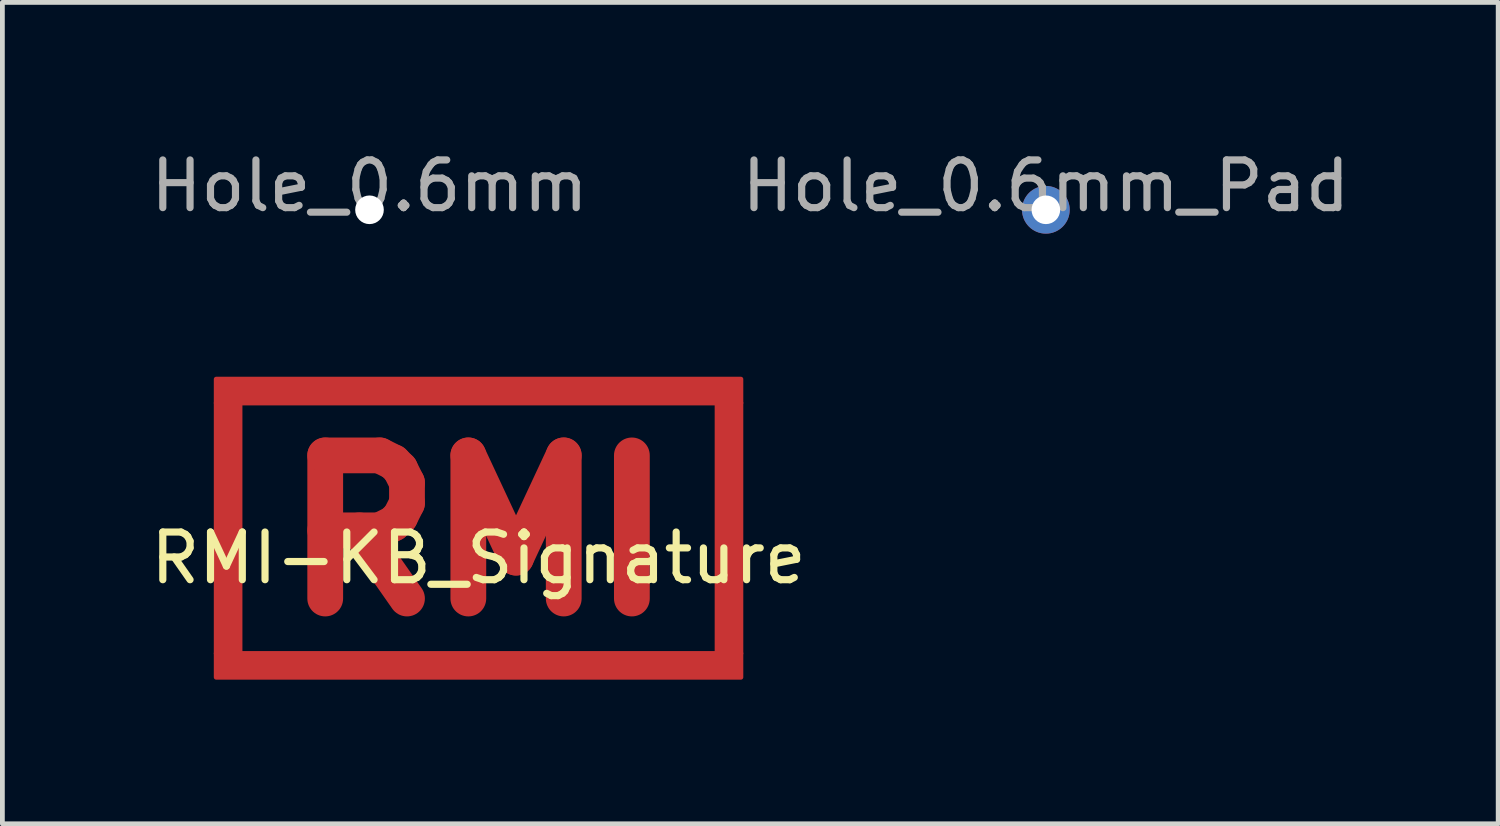
<source format=kicad_pcb>
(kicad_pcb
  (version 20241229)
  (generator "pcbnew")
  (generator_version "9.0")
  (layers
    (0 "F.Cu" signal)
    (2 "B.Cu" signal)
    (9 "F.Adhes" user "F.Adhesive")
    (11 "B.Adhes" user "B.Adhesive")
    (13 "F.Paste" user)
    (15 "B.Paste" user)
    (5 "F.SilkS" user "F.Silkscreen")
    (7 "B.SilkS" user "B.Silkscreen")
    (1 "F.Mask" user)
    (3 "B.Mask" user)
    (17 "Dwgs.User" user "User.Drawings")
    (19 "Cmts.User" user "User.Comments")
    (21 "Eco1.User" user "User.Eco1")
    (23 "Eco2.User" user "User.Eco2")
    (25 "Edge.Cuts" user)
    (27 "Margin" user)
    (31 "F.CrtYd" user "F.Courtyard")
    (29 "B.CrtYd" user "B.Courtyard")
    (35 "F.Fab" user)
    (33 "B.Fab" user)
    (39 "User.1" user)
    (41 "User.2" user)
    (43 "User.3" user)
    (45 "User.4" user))
  (footprint "Hole_0.6mm"
    (layer "F.Cu")
    (at 4.696 1.348)
    (property "Reference" "Hole_0.6mm" (at 0 -0.5 0) (unlocked yes) (layer "F.Fab") (effects (font (size 1 1) (thickness 0.15))))
    (attr through_hole exclude_from_pos_files exclude_from_bom dnp)
    (pad "" np_thru_hole circle (at 0 0) (size 0.6 0.6) (drill 0.6) (layers "*.Cu" "*.Mask")))
  (footprint "RMI-KB_Signature"
    (layer "F.Cu")
    (at 6.982 8.148)
    (property "Reference" "RMI-KB_Signature" (at 0 0.5 0) (layer "F.SilkS") (effects (font (size 1 1) (thickness 0.15))))
    (attr smd exclude_from_pos_files exclude_from_bom)
    (fp_poly (pts (xy -5 2.5) (xy -5.5 2.5) (xy -5.5 -2.75) (xy -5 -2.75)) (stroke (width 0.1) (type solid)) (fill yes) (layer "F.Cu"))
    (fp_poly (pts (xy 5.5 -2.75) (xy -5.5 -2.75) (xy -5.5 -3.25) (xy 5.5 -3.25)) (stroke (width 0.1) (type solid)) (fill yes) (layer "F.Cu"))
    (fp_poly (pts (xy 5.5 2.5) (xy 5 2.5) (xy 5 -2.75) (xy 5.5 -2.75)) (stroke (width 0.1) (type solid)) (fill yes) (layer "F.Cu"))
    (fp_poly (pts (xy 5.5 3) (xy -5.5 3) (xy -5.5 2.5) (xy 5.5 2.5)) (stroke (width 0.1) (type solid)) (fill yes) (layer "F.Cu"))
    (fp_poly (pts (xy 5.5 3) (xy -5.5 3) (xy -5.5 -3.25) (xy 5.5 -3.25)) (stroke (width 0.1) (type solid)) (fill yes) (layer "F.Mask"))
    (fp_text user "RMI" (at 0 0 0) (unlocked yes) (layer "F.Cu") (effects (font (size 3 3) (thickness 0.75)))))
  (footprint "Hole_0.6mm_Pad"
    (layer "F.Cu")
    (at 18.875 1.348)
    (property "Reference" "Hole_0.6mm_Pad" (at 0 -0.5 0) (unlocked yes) (layer "F.Fab") (effects (font (size 1 1) (thickness 0.15))))
    (attr through_hole exclude_from_pos_files exclude_from_bom dnp)
    (pad "1" thru_hole circle (at 0 0) (size 1 1) (drill 0.6) (layers "*.Cu")))
  (gr_rect
    (start -3 -3)
    (end 28.357 14.22)
    (stroke (width 0.1) (type default))
    (fill no)
    (layer "Edge.Cuts")))
</source>
